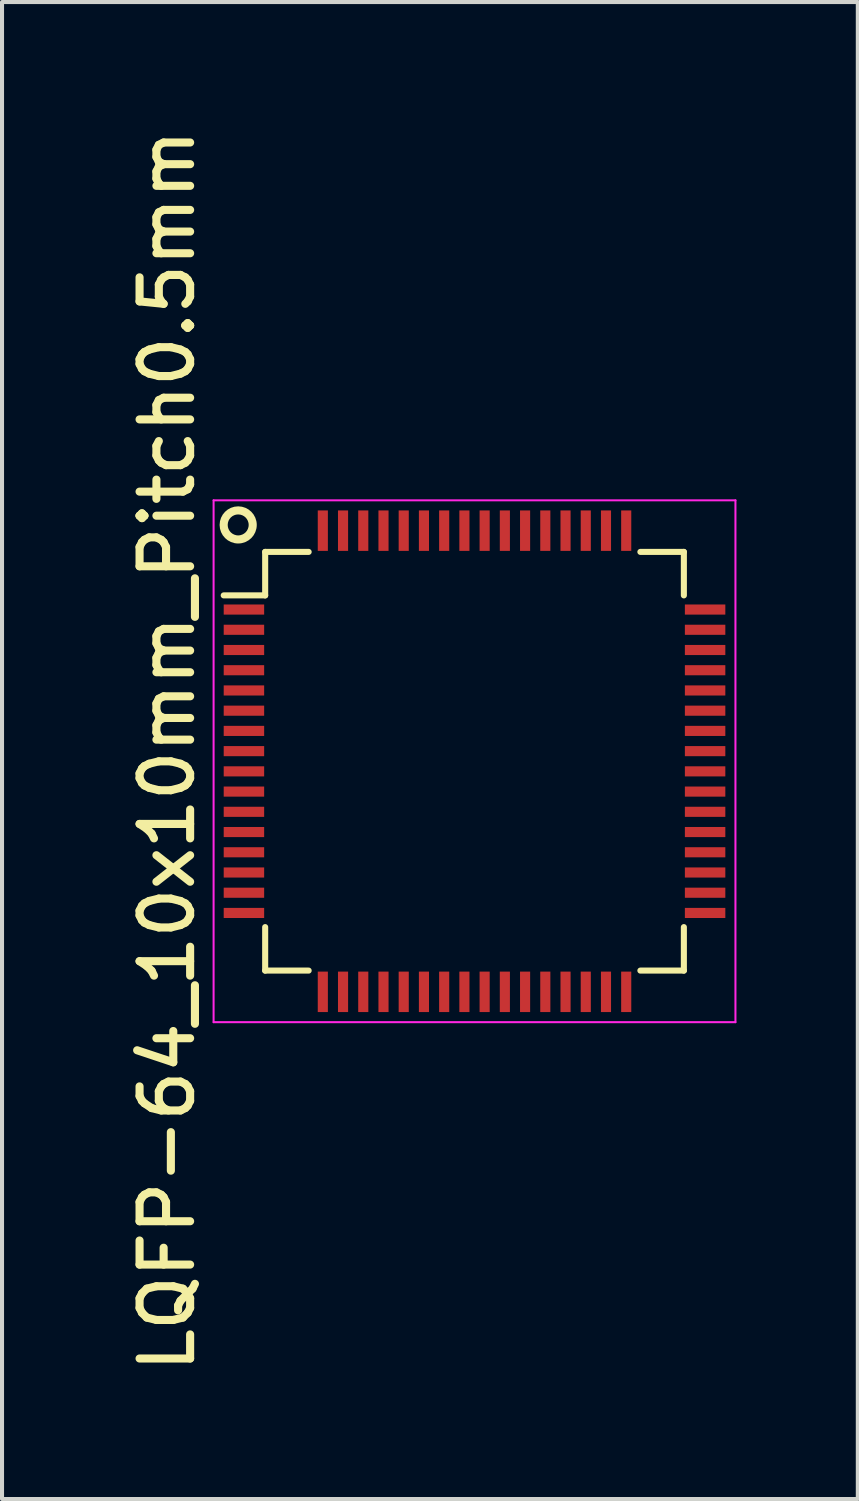
<source format=kicad_pcb>
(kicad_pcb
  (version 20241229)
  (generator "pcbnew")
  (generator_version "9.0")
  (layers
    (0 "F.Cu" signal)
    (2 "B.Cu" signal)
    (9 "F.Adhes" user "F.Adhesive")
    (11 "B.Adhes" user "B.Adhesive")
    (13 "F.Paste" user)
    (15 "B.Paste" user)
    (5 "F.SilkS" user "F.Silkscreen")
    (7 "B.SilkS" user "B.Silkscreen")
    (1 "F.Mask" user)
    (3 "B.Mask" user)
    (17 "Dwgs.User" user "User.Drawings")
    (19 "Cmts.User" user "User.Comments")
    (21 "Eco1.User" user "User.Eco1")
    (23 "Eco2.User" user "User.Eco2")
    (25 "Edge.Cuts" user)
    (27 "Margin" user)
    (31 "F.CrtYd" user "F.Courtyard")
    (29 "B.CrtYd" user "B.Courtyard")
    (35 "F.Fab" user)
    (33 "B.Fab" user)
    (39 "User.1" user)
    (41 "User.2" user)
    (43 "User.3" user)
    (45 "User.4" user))
  (footprint "LQFP-64_10x10mm_Pitch0.5mm"
    (layer "F.Cu")
    (at 8.68 15.768)
    (property "Reference" "LQFP-64_10x10mm_Pitch0.5mm" (at -7.598 -0.266 90) (layer "F.SilkS") (effects (font (size 1.25 1.25) (thickness 0.2))))
    (attr smd)
    (fp_line (start -5.175 -5.175) (end -5.175 -4.1) (stroke (width 0.15) (type solid)) (layer "F.SilkS"))
    (fp_line (start -5.175 -5.175) (end -4.1 -5.175) (stroke (width 0.15) (type solid)) (layer "F.SilkS"))
    (fp_line (start -5.175 -4.1) (end -6.2 -4.1) (stroke (width 0.15) (type solid)) (layer "F.SilkS"))
    (fp_line (start -5.175 5.175) (end -5.175 4.1) (stroke (width 0.15) (type solid)) (layer "F.SilkS"))
    (fp_line (start -5.175 5.175) (end -4.1 5.175) (stroke (width 0.15) (type solid)) (layer "F.SilkS"))
    (fp_line (start 5.175 -5.175) (end 4.1 -5.175) (stroke (width 0.15) (type solid)) (layer "F.SilkS"))
    (fp_line (start 5.175 -5.175) (end 5.175 -4.1) (stroke (width 0.15) (type solid)) (layer "F.SilkS"))
    (fp_line (start 5.175 5.175) (end 4.1 5.175) (stroke (width 0.15) (type solid)) (layer "F.SilkS"))
    (fp_line (start 5.175 5.175) (end 5.175 4.1) (stroke (width 0.15) (type solid)) (layer "F.SilkS"))
    (fp_circle (center -5.842 -5.842) (end -5.588 -5.588) (stroke (width 0.2) (type solid)) (fill no) (layer "F.SilkS"))
    (fp_line (start -6.45 -6.45) (end -6.45 6.45) (stroke (width 0.05) (type solid)) (layer "F.CrtYd"))
    (fp_line (start -6.45 -6.45) (end 6.45 -6.45) (stroke (width 0.05) (type solid)) (layer "F.CrtYd"))
    (fp_line (start -6.45 6.45) (end 6.45 6.45) (stroke (width 0.05) (type solid)) (layer "F.CrtYd"))
    (fp_line (start 6.45 -6.45) (end 6.45 6.45) (stroke (width 0.05) (type solid)) (layer "F.CrtYd"))
    (pad "1" smd rect (at -5.7 -3.75) (size 1 0.25) (layers "F.Cu" "F.Mask" "F.Paste"))
    (pad "2" smd rect (at -5.7 -3.25) (size 1 0.25) (layers "F.Cu" "F.Mask" "F.Paste"))
    (pad "3" smd rect (at -5.7 -2.75) (size 1 0.25) (layers "F.Cu" "F.Mask" "F.Paste"))
    (pad "4" smd rect (at -5.7 -2.25) (size 1 0.25) (layers "F.Cu" "F.Mask" "F.Paste"))
    (pad "5" smd rect (at -5.7 -1.75) (size 1 0.25) (layers "F.Cu" "F.Mask" "F.Paste"))
    (pad "6" smd rect (at -5.7 -1.25) (size 1 0.25) (layers "F.Cu" "F.Mask" "F.Paste"))
    (pad "7" smd rect (at -5.7 -0.75) (size 1 0.25) (layers "F.Cu" "F.Mask" "F.Paste"))
    (pad "8" smd rect (at -5.7 -0.25) (size 1 0.25) (layers "F.Cu" "F.Mask" "F.Paste"))
    (pad "9" smd rect (at -5.7 0.25) (size 1 0.25) (layers "F.Cu" "F.Mask" "F.Paste"))
    (pad "10" smd rect (at -5.7 0.75) (size 1 0.25) (layers "F.Cu" "F.Mask" "F.Paste"))
    (pad "11" smd rect (at -5.7 1.25) (size 1 0.25) (layers "F.Cu" "F.Mask" "F.Paste"))
    (pad "12" smd rect (at -5.7 1.75) (size 1 0.25) (layers "F.Cu" "F.Mask" "F.Paste"))
    (pad "13" smd rect (at -5.7 2.25) (size 1 0.25) (layers "F.Cu" "F.Mask" "F.Paste"))
    (pad "14" smd rect (at -5.7 2.75) (size 1 0.25) (layers "F.Cu" "F.Mask" "F.Paste"))
    (pad "15" smd rect (at -5.7 3.25) (size 1 0.25) (layers "F.Cu" "F.Mask" "F.Paste"))
    (pad "16" smd rect (at -5.7 3.75) (size 1 0.25) (layers "F.Cu" "F.Mask" "F.Paste"))
    (pad "17" smd rect (at -3.75 5.7 90) (size 1 0.25) (layers "F.Cu" "F.Mask" "F.Paste"))
    (pad "18" smd rect (at -3.25 5.7 90) (size 1 0.25) (layers "F.Cu" "F.Mask" "F.Paste"))
    (pad "19" smd rect (at -2.75 5.7 90) (size 1 0.25) (layers "F.Cu" "F.Mask" "F.Paste"))
    (pad "20" smd rect (at -2.25 5.7 90) (size 1 0.25) (layers "F.Cu" "F.Mask" "F.Paste"))
    (pad "21" smd rect (at -1.75 5.7 90) (size 1 0.25) (layers "F.Cu" "F.Mask" "F.Paste"))
    (pad "22" smd rect (at -1.25 5.7 90) (size 1 0.25) (layers "F.Cu" "F.Mask" "F.Paste"))
    (pad "23" smd rect (at -0.75 5.7 90) (size 1 0.25) (layers "F.Cu" "F.Mask" "F.Paste"))
    (pad "24" smd rect (at -0.25 5.7 90) (size 1 0.25) (layers "F.Cu" "F.Mask" "F.Paste"))
    (pad "25" smd rect (at 0.25 5.7 90) (size 1 0.25) (layers "F.Cu" "F.Mask" "F.Paste"))
    (pad "26" smd rect (at 0.75 5.7 90) (size 1 0.25) (layers "F.Cu" "F.Mask" "F.Paste"))
    (pad "27" smd rect (at 1.25 5.7 90) (size 1 0.25) (layers "F.Cu" "F.Mask" "F.Paste"))
    (pad "28" smd rect (at 1.75 5.7 90) (size 1 0.25) (layers "F.Cu" "F.Mask" "F.Paste"))
    (pad "29" smd rect (at 2.25 5.7 90) (size 1 0.25) (layers "F.Cu" "F.Mask" "F.Paste"))
    (pad "30" smd rect (at 2.75 5.7 90) (size 1 0.25) (layers "F.Cu" "F.Mask" "F.Paste"))
    (pad "31" smd rect (at 3.25 5.7 90) (size 1 0.25) (layers "F.Cu" "F.Mask" "F.Paste"))
    (pad "32" smd rect (at 3.75 5.7 90) (size 1 0.25) (layers "F.Cu" "F.Mask" "F.Paste"))
    (pad "33" smd rect (at 5.7 3.75) (size 1 0.25) (layers "F.Cu" "F.Mask" "F.Paste"))
    (pad "34" smd rect (at 5.7 3.25) (size 1 0.25) (layers "F.Cu" "F.Mask" "F.Paste"))
    (pad "35" smd rect (at 5.7 2.75) (size 1 0.25) (layers "F.Cu" "F.Mask" "F.Paste"))
    (pad "36" smd rect (at 5.7 2.25) (size 1 0.25) (layers "F.Cu" "F.Mask" "F.Paste"))
    (pad "37" smd rect (at 5.7 1.75) (size 1 0.25) (layers "F.Cu" "F.Mask" "F.Paste"))
    (pad "38" smd rect (at 5.7 1.25) (size 1 0.25) (layers "F.Cu" "F.Mask" "F.Paste"))
    (pad "39" smd rect (at 5.7 0.75) (size 1 0.25) (layers "F.Cu" "F.Mask" "F.Paste"))
    (pad "40" smd rect (at 5.7 0.25) (size 1 0.25) (layers "F.Cu" "F.Mask" "F.Paste"))
    (pad "41" smd rect (at 5.7 -0.25) (size 1 0.25) (layers "F.Cu" "F.Mask" "F.Paste"))
    (pad "42" smd rect (at 5.7 -0.75) (size 1 0.25) (layers "F.Cu" "F.Mask" "F.Paste"))
    (pad "43" smd rect (at 5.7 -1.25) (size 1 0.25) (layers "F.Cu" "F.Mask" "F.Paste"))
    (pad "44" smd rect (at 5.7 -1.75) (size 1 0.25) (layers "F.Cu" "F.Mask" "F.Paste"))
    (pad "45" smd rect (at 5.7 -2.25) (size 1 0.25) (layers "F.Cu" "F.Mask" "F.Paste"))
    (pad "46" smd rect (at 5.7 -2.75) (size 1 0.25) (layers "F.Cu" "F.Mask" "F.Paste"))
    (pad "47" smd rect (at 5.7 -3.25) (size 1 0.25) (layers "F.Cu" "F.Mask" "F.Paste"))
    (pad "48" smd rect (at 5.7 -3.75) (size 1 0.25) (layers "F.Cu" "F.Mask" "F.Paste"))
    (pad "49" smd rect (at 3.75 -5.7 90) (size 1 0.25) (layers "F.Cu" "F.Mask" "F.Paste"))
    (pad "50" smd rect (at 3.25 -5.7 90) (size 1 0.25) (layers "F.Cu" "F.Mask" "F.Paste"))
    (pad "51" smd rect (at 2.75 -5.7 90) (size 1 0.25) (layers "F.Cu" "F.Mask" "F.Paste"))
    (pad "52" smd rect (at 2.25 -5.7 90) (size 1 0.25) (layers "F.Cu" "F.Mask" "F.Paste"))
    (pad "53" smd rect (at 1.75 -5.7 90) (size 1 0.25) (layers "F.Cu" "F.Mask" "F.Paste"))
    (pad "54" smd rect (at 1.25 -5.7 90) (size 1 0.25) (layers "F.Cu" "F.Mask" "F.Paste"))
    (pad "55" smd rect (at 0.75 -5.7 90) (size 1 0.25) (layers "F.Cu" "F.Mask" "F.Paste"))
    (pad "56" smd rect (at 0.25 -5.7 90) (size 1 0.25) (layers "F.Cu" "F.Mask" "F.Paste"))
    (pad "57" smd rect (at -0.25 -5.7 90) (size 1 0.25) (layers "F.Cu" "F.Mask" "F.Paste"))
    (pad "58" smd rect (at -0.75 -5.7 90) (size 1 0.25) (layers "F.Cu" "F.Mask" "F.Paste"))
    (pad "59" smd rect (at -1.25 -5.7 90) (size 1 0.25) (layers "F.Cu" "F.Mask" "F.Paste"))
    (pad "60" smd rect (at -1.75 -5.7 90) (size 1 0.25) (layers "F.Cu" "F.Mask" "F.Paste"))
    (pad "61" smd rect (at -2.25 -5.7 90) (size 1 0.25) (layers "F.Cu" "F.Mask" "F.Paste"))
    (pad "62" smd rect (at -2.75 -5.7 90) (size 1 0.25) (layers "F.Cu" "F.Mask" "F.Paste"))
    (pad "63" smd rect (at -3.25 -5.7 90) (size 1 0.25) (layers "F.Cu" "F.Mask" "F.Paste"))
    (pad "64" smd rect (at -3.75 -5.7 90) (size 1 0.25) (layers "F.Cu" "F.Mask" "F.Paste")))
  (gr_rect
    (start -3 -3)
    (end 18.155 34.005)
    (stroke (width 0.1) (type default))
    (fill no)
    (layer "Edge.Cuts")))
</source>
